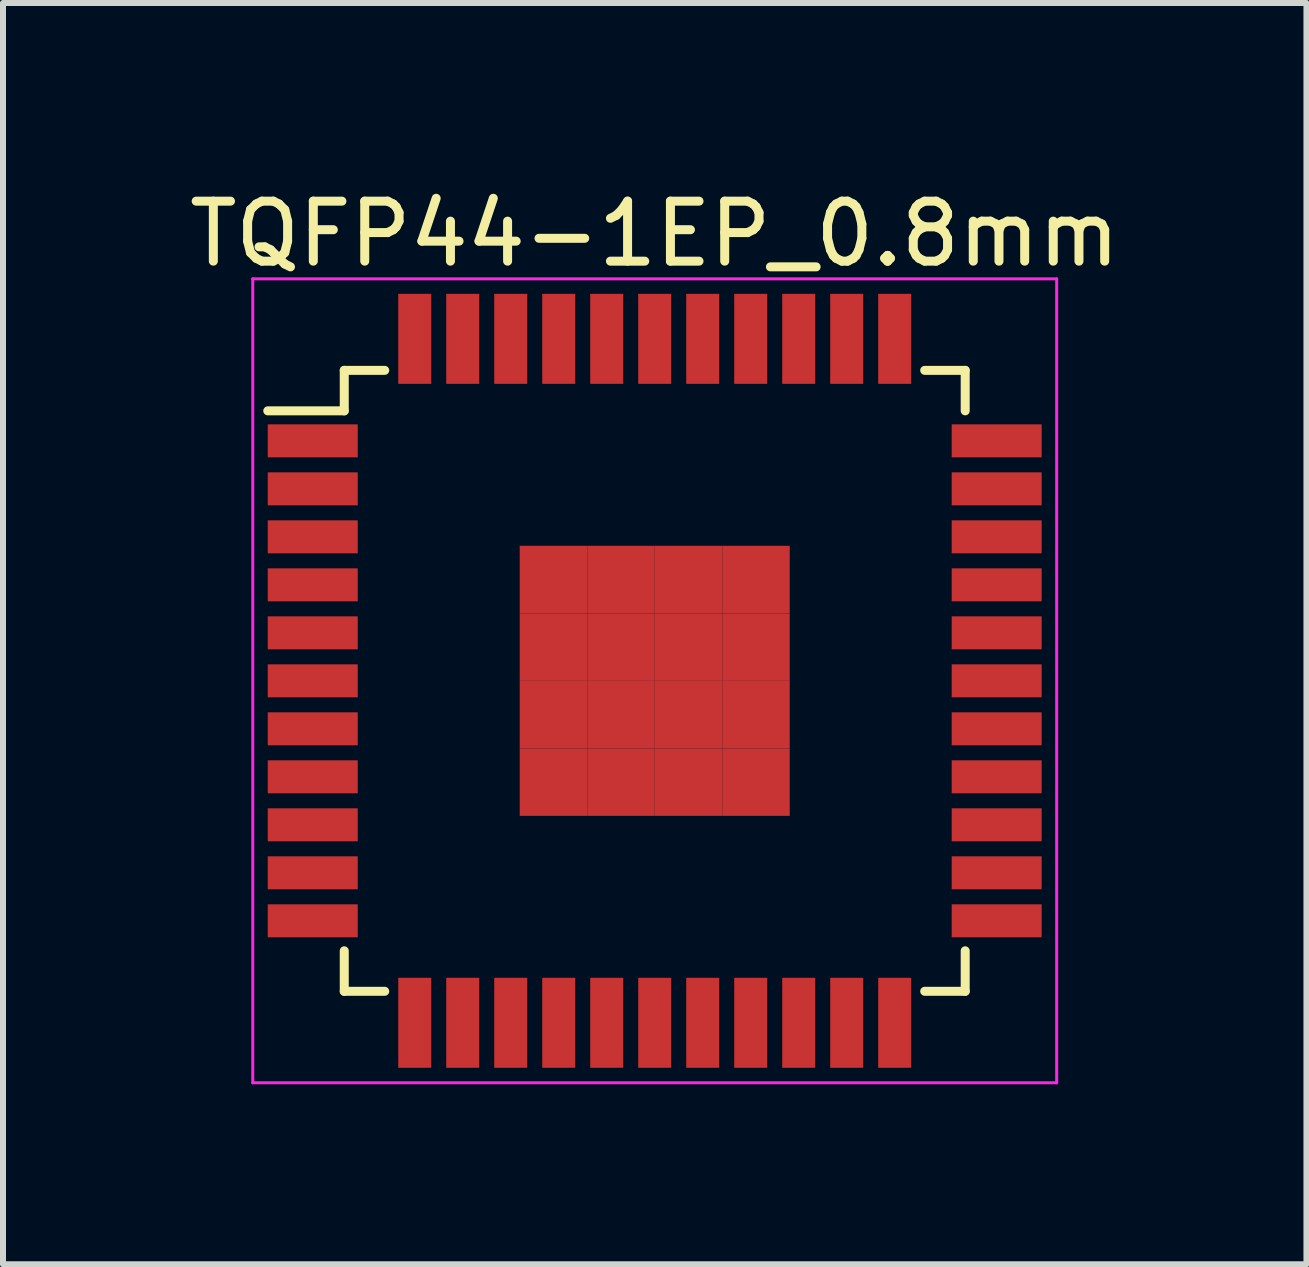
<source format=kicad_pcb>
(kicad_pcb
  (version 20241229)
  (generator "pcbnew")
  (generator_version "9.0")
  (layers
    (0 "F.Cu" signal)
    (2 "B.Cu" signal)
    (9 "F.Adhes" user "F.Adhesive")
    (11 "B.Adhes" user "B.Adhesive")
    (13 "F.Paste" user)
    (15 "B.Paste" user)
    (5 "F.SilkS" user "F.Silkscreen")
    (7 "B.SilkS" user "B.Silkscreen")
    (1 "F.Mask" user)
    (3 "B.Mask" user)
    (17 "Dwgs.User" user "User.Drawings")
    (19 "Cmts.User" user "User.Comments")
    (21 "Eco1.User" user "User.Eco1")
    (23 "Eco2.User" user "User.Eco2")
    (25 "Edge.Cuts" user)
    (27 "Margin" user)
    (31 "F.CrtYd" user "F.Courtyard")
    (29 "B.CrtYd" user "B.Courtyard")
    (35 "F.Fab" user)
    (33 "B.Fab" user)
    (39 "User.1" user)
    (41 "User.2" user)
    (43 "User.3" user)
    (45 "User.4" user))
  (footprint "TQFP44-1EP_0.8mm"
    (layer "F.Cu")
    (at 7.863 8.298)
    (property "Reference" "TQFP44-1EP_0.8mm" (at 0 -7.45 0) (layer "F.SilkS") (effects (font (size 1 1) (thickness 0.15))))
    (attr smd)
    (fp_line (start -5.175 -5.175) (end -5.175 -4.5) (stroke (width 0.15) (type solid)) (layer "F.SilkS"))
    (fp_line (start -5.175 -5.175) (end -4.5 -5.175) (stroke (width 0.15) (type solid)) (layer "F.SilkS"))
    (fp_line (start -5.175 -4.5) (end -6.45 -4.5) (stroke (width 0.15) (type solid)) (layer "F.SilkS"))
    (fp_line (start -5.175 5.175) (end -5.175 4.5) (stroke (width 0.15) (type solid)) (layer "F.SilkS"))
    (fp_line (start -5.175 5.175) (end -4.5 5.175) (stroke (width 0.15) (type solid)) (layer "F.SilkS"))
    (fp_line (start 5.175 -5.175) (end 4.5 -5.175) (stroke (width 0.15) (type solid)) (layer "F.SilkS"))
    (fp_line (start 5.175 -5.175) (end 5.175 -4.5) (stroke (width 0.15) (type solid)) (layer "F.SilkS"))
    (fp_line (start 5.175 5.175) (end 4.5 5.175) (stroke (width 0.15) (type solid)) (layer "F.SilkS"))
    (fp_line (start 5.175 5.175) (end 5.175 4.5) (stroke (width 0.15) (type solid)) (layer "F.SilkS"))
    (fp_line (start -6.7 -6.7) (end -6.7 6.7) (stroke (width 0.05) (type solid)) (layer "F.CrtYd"))
    (fp_line (start -6.7 -6.7) (end 6.7 -6.7) (stroke (width 0.05) (type solid)) (layer "F.CrtYd"))
    (fp_line (start -6.7 6.7) (end 6.7 6.7) (stroke (width 0.05) (type solid)) (layer "F.CrtYd"))
    (fp_line (start 6.7 -6.7) (end 6.7 6.7) (stroke (width 0.05) (type solid)) (layer "F.CrtYd"))
    (pad "1" smd rect (at -5.7 -4) (size 1.5 0.55) (layers "F.Cu" "F.Mask" "F.Paste"))
    (pad "2" smd rect (at -5.7 -3.2) (size 1.5 0.55) (layers "F.Cu" "F.Mask" "F.Paste"))
    (pad "3" smd rect (at -5.7 -2.4) (size 1.5 0.55) (layers "F.Cu" "F.Mask" "F.Paste"))
    (pad "4" smd rect (at -5.7 -1.6) (size 1.5 0.55) (layers "F.Cu" "F.Mask" "F.Paste"))
    (pad "5" smd rect (at -5.7 -0.8) (size 1.5 0.55) (layers "F.Cu" "F.Mask" "F.Paste"))
    (pad "6" smd rect (at -5.7 0) (size 1.5 0.55) (layers "F.Cu" "F.Mask" "F.Paste"))
    (pad "7" smd rect (at -5.7 0.8) (size 1.5 0.55) (layers "F.Cu" "F.Mask" "F.Paste"))
    (pad "8" smd rect (at -5.7 1.6) (size 1.5 0.55) (layers "F.Cu" "F.Mask" "F.Paste"))
    (pad "9" smd rect (at -5.7 2.4) (size 1.5 0.55) (layers "F.Cu" "F.Mask" "F.Paste"))
    (pad "10" smd rect (at -5.7 3.2) (size 1.5 0.55) (layers "F.Cu" "F.Mask" "F.Paste"))
    (pad "11" smd rect (at -5.7 4) (size 1.5 0.55) (layers "F.Cu" "F.Mask" "F.Paste"))
    (pad "12" smd rect (at -4 5.7 90) (size 1.5 0.55) (layers "F.Cu" "F.Mask" "F.Paste"))
    (pad "13" smd rect (at -3.2 5.7 90) (size 1.5 0.55) (layers "F.Cu" "F.Mask" "F.Paste"))
    (pad "14" smd rect (at -2.4 5.7 90) (size 1.5 0.55) (layers "F.Cu" "F.Mask" "F.Paste"))
    (pad "15" smd rect (at -1.6 5.7 90) (size 1.5 0.55) (layers "F.Cu" "F.Mask" "F.Paste"))
    (pad "16" smd rect (at -0.8 5.7 90) (size 1.5 0.55) (layers "F.Cu" "F.Mask" "F.Paste"))
    (pad "17" smd rect (at 0 5.7 90) (size 1.5 0.55) (layers "F.Cu" "F.Mask" "F.Paste"))
    (pad "18" smd rect (at 0.8 5.7 90) (size 1.5 0.55) (layers "F.Cu" "F.Mask" "F.Paste"))
    (pad "19" smd rect (at 1.6 5.7 90) (size 1.5 0.55) (layers "F.Cu" "F.Mask" "F.Paste"))
    (pad "20" smd rect (at 2.4 5.7 90) (size 1.5 0.55) (layers "F.Cu" "F.Mask" "F.Paste"))
    (pad "21" smd rect (at 3.2 5.7 90) (size 1.5 0.55) (layers "F.Cu" "F.Mask" "F.Paste"))
    (pad "22" smd rect (at 4 5.7 90) (size 1.5 0.55) (layers "F.Cu" "F.Mask" "F.Paste"))
    (pad "23" smd rect (at 5.7 4) (size 1.5 0.55) (layers "F.Cu" "F.Mask" "F.Paste"))
    (pad "24" smd rect (at 5.7 3.2) (size 1.5 0.55) (layers "F.Cu" "F.Mask" "F.Paste"))
    (pad "25" smd rect (at 5.7 2.4) (size 1.5 0.55) (layers "F.Cu" "F.Mask" "F.Paste"))
    (pad "26" smd rect (at 5.7 1.6) (size 1.5 0.55) (layers "F.Cu" "F.Mask" "F.Paste"))
    (pad "27" smd rect (at 5.7 0.8) (size 1.5 0.55) (layers "F.Cu" "F.Mask" "F.Paste"))
    (pad "28" smd rect (at 5.7 0) (size 1.5 0.55) (layers "F.Cu" "F.Mask" "F.Paste"))
    (pad "29" smd rect (at 5.7 -0.8) (size 1.5 0.55) (layers "F.Cu" "F.Mask" "F.Paste"))
    (pad "30" smd rect (at 5.7 -1.6) (size 1.5 0.55) (layers "F.Cu" "F.Mask" "F.Paste"))
    (pad "31" smd rect (at 5.7 -2.4) (size 1.5 0.55) (layers "F.Cu" "F.Mask" "F.Paste"))
    (pad "32" smd rect (at 5.7 -3.2) (size 1.5 0.55) (layers "F.Cu" "F.Mask" "F.Paste"))
    (pad "33" smd rect (at 5.7 -4) (size 1.5 0.55) (layers "F.Cu" "F.Mask" "F.Paste"))
    (pad "34" smd rect (at 4 -5.7 90) (size 1.5 0.55) (layers "F.Cu" "F.Mask" "F.Paste"))
    (pad "35" smd rect (at 3.2 -5.7 90) (size 1.5 0.55) (layers "F.Cu" "F.Mask" "F.Paste"))
    (pad "36" smd rect (at 2.4 -5.7 90) (size 1.5 0.55) (layers "F.Cu" "F.Mask" "F.Paste"))
    (pad "37" smd rect (at 1.6 -5.7 90) (size 1.5 0.55) (layers "F.Cu" "F.Mask" "F.Paste"))
    (pad "38" smd rect (at 0.8 -5.7 90) (size 1.5 0.55) (layers "F.Cu" "F.Mask" "F.Paste"))
    (pad "39" smd rect (at 0 -5.7 90) (size 1.5 0.55) (layers "F.Cu" "F.Mask" "F.Paste"))
    (pad "40" smd rect (at -0.8 -5.7 90) (size 1.5 0.55) (layers "F.Cu" "F.Mask" "F.Paste"))
    (pad "41" smd rect (at -1.6 -5.7 90) (size 1.5 0.55) (layers "F.Cu" "F.Mask" "F.Paste"))
    (pad "42" smd rect (at -2.4 -5.7 90) (size 1.5 0.55) (layers "F.Cu" "F.Mask" "F.Paste"))
    (pad "43" smd rect (at -3.2 -5.7 90) (size 1.5 0.55) (layers "F.Cu" "F.Mask" "F.Paste"))
    (pad "44" smd rect (at -4 -5.7 90) (size 1.5 0.55) (layers "F.Cu" "F.Mask" "F.Paste"))
    (pad "45" smd rect (at -1.688 -1.688) (size 1.125 1.125) (layers "F.Cu" "F.Mask" "F.Paste"))
    (pad "45" smd rect (at -1.688 -0.562) (size 1.125 1.125) (layers "F.Cu" "F.Mask" "F.Paste"))
    (pad "45" smd rect (at -1.688 0.562) (size 1.125 1.125) (layers "F.Cu" "F.Mask" "F.Paste"))
    (pad "45" smd rect (at -1.688 1.688) (size 1.125 1.125) (layers "F.Cu" "F.Mask" "F.Paste"))
    (pad "45" smd rect (at -0.562 -1.688) (size 1.125 1.125) (layers "F.Cu" "F.Mask" "F.Paste"))
    (pad "45" smd rect (at -0.562 -0.562) (size 1.125 1.125) (layers "F.Cu" "F.Mask" "F.Paste"))
    (pad "45" smd rect (at -0.562 0.562) (size 1.125 1.125) (layers "F.Cu" "F.Mask" "F.Paste"))
    (pad "45" smd rect (at -0.562 1.688) (size 1.125 1.125) (layers "F.Cu" "F.Mask" "F.Paste"))
    (pad "45" smd rect (at 0.562 -1.688) (size 1.125 1.125) (layers "F.Cu" "F.Mask" "F.Paste"))
    (pad "45" smd rect (at 0.562 -0.562) (size 1.125 1.125) (layers "F.Cu" "F.Mask" "F.Paste"))
    (pad "45" smd rect (at 0.562 0.562) (size 1.125 1.125) (layers "F.Cu" "F.Mask" "F.Paste"))
    (pad "45" smd rect (at 0.562 1.688) (size 1.125 1.125) (layers "F.Cu" "F.Mask" "F.Paste"))
    (pad "45" smd rect (at 1.688 -1.688) (size 1.125 1.125) (layers "F.Cu" "F.Mask" "F.Paste"))
    (pad "45" smd rect (at 1.688 -0.562) (size 1.125 1.125) (layers "F.Cu" "F.Mask" "F.Paste"))
    (pad "45" smd rect (at 1.688 0.562) (size 1.125 1.125) (layers "F.Cu" "F.Mask" "F.Paste"))
    (pad "45" smd rect (at 1.688 1.688) (size 1.125 1.125) (layers "F.Cu" "F.Mask" "F.Paste")))
  (gr_rect
    (start -3 -3)
    (end 18.726 18.023)
    (stroke (width 0.1) (type default))
    (fill no)
    (layer "Edge.Cuts")))
</source>
